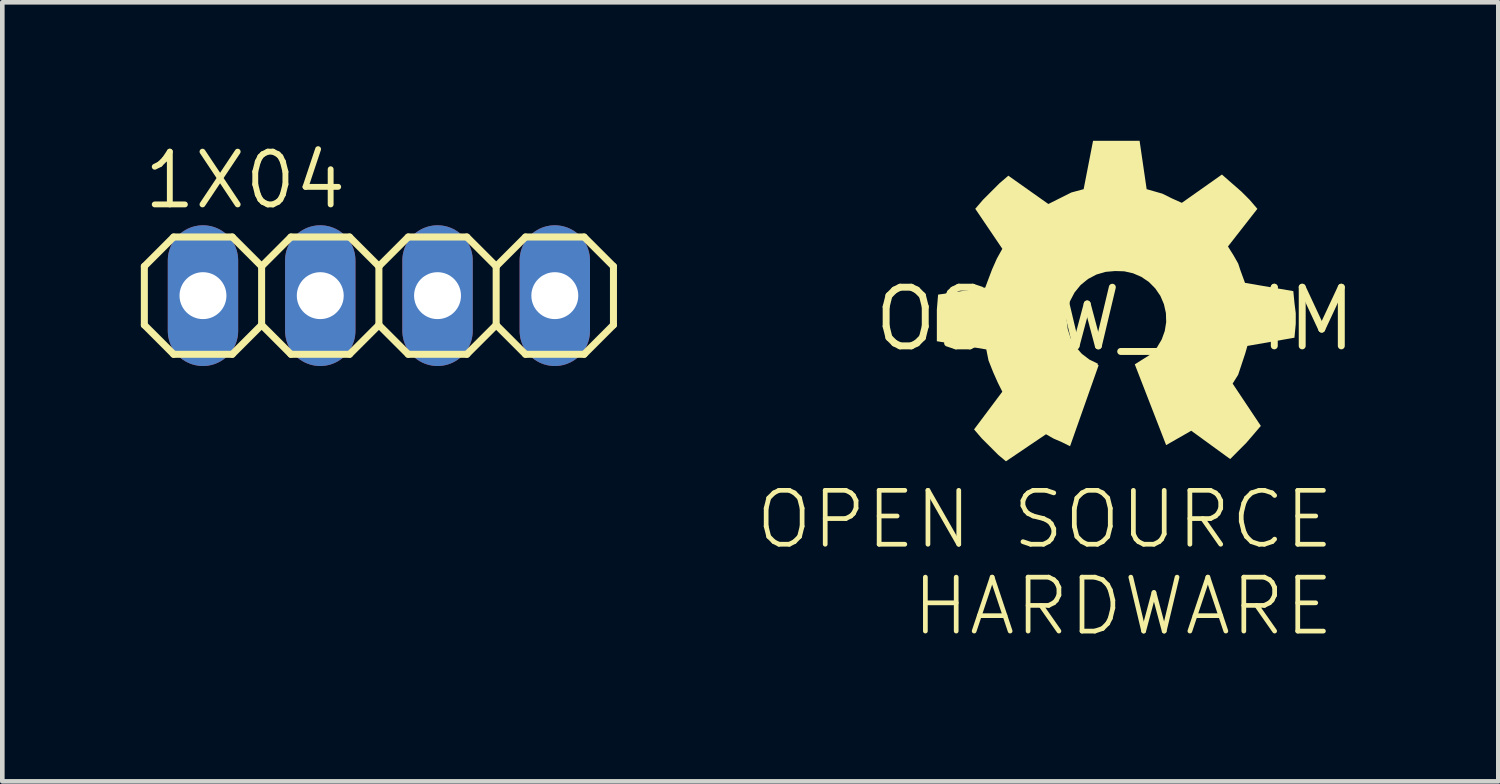
<source format=kicad_pcb>
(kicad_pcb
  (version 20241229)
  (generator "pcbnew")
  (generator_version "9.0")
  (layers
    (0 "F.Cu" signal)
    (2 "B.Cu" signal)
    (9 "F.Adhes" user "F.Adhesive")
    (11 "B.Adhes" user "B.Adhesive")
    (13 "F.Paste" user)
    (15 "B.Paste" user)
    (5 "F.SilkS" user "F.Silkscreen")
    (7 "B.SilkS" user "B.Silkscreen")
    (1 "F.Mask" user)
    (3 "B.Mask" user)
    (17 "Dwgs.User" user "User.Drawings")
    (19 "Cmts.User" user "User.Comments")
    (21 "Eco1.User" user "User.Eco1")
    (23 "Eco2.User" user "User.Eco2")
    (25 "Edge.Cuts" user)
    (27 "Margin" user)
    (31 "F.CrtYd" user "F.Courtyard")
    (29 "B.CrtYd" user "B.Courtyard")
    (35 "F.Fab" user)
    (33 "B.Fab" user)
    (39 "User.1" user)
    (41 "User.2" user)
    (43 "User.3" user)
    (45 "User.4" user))
  (footprint "OSHW_8MM"
    (layer "F.Cu")
    (at 21.101 3.861)
    (property "Reference" "OSHW_8MM" (at 0 0 0) (layer "F.SilkS") (effects (font (size 1.27 1.27) (thickness 0.15))))
    (fp_poly (pts (xy 0.683 -2.814) (xy 0.845 -2.768) (xy 1.025 -2.716) (xy 1.23 -2.614) (xy 1.445 -2.518) (xy 2.313 -3.131) (xy 2.531 -2.94) (xy 2.735 -2.762) (xy 2.914 -2.583) (xy 3.081 -2.388) (xy 2.444 -1.573) (xy 2.562 -1.385) (xy 2.665 -1.204) (xy 2.716 -1.05) (xy 2.813 -0.785) (xy 3.859 -0.606) (xy 3.886 -0.333) (xy 3.912 -0.129) (xy 3.912 0.103) (xy 3.884 0.403) (xy 2.865 0.581) (xy 2.818 0.744) (xy 2.742 0.973) (xy 2.665 1.205) (xy 2.545 1.397) (xy 3.156 2.313) (xy 2.991 2.506) (xy 2.838 2.684) (xy 2.685 2.837) (xy 2.492 3.031) (xy 1.649 2.418) (xy 1.308 2.613) (xy 1.105 2.729) (xy 0.426 0.98) (xy 0.779 0.757) (xy 0.908 0.611) (xy 1.008 0.443) (xy 1.075 0.258) (xy 1.106 0.065) (xy 1.1 -0.131) (xy 1.057 -0.323) (xy 0.98 -0.503) (xy 0.869 -0.665) (xy 0.731 -0.804) (xy 0.569 -0.914) (xy 0.389 -0.992) (xy 0.198 -1.035) (xy 0.001 -1.041) (xy -0.207 -1.023) (xy -0.405 -0.965) (xy -0.588 -0.868) (xy -0.748 -0.737) (xy -0.879 -0.576) (xy -0.975 -0.393) (xy -1.033 -0.194) (xy -1.05 0.012) (xy -1.026 0.218) (xy -0.962 0.415) (xy -0.859 0.594) (xy -0.723 0.75) (xy -0.558 0.876) (xy -0.37 0.968) (xy -0.381 0.991) (xy -0.357 0.999) (xy -0.976 2.753) (xy -1.154 2.665) (xy -1.332 2.588) (xy -1.497 2.494) (xy -2.364 3.08) (xy -2.532 2.94) (xy -2.71 2.761) (xy -2.889 2.583) (xy -3.055 2.389) (xy -2.443 1.572) (xy -2.538 1.382) (xy -2.64 1.153) (xy -2.742 0.896) (xy -2.79 0.657) (xy -3.861 0.479) (xy -3.861 -0.204) (xy -3.834 -0.53) (xy -2.813 -0.683) (xy -2.742 -0.873) (xy -2.665 -1.076) (xy -2.563 -1.307) (xy -2.443 -1.523) (xy -3.029 -2.389) (xy -2.863 -2.583) (xy -2.685 -2.761) (xy -2.506 -2.94) (xy -2.313 -3.106) (xy -1.446 -2.493) (xy -1.154 -2.639) (xy -0.949 -2.742) (xy -0.682 -2.814) (xy -0.478 -3.861) (xy 0.53 -3.861)) (stroke (width 0) (type solid)) (fill yes) (layer "F.SilkS"))
    (fp_text user "OPEN SOURCE\n  HARDWARE" (at 4.801 3.658 0) (layer "F.SilkS") (effects (font (size 1.168 1.168) (thickness 0.102)) (justify right top))))
  (footprint "1X04"
    (layer "F.Cu")
    (at 5.156 3.353)
    (property "Reference" "1X04" (at -5.156 -1.829 0) (layer "F.SilkS") (effects (font (size 1.143 1.143) (thickness 0.127)) (justify left bottom)))
    (fp_line (start -5.08 -0.635) (end -5.08 0.635) (stroke (width 0.152) (type solid)) (layer "F.SilkS"))
    (fp_line (start -5.08 0.635) (end -4.445 1.27) (stroke (width 0.152) (type solid)) (layer "F.SilkS"))
    (fp_line (start -4.445 -1.27) (end -5.08 -0.635) (stroke (width 0.152) (type solid)) (layer "F.SilkS"))
    (fp_line (start -4.445 -1.27) (end -3.175 -1.27) (stroke (width 0.152) (type solid)) (layer "F.SilkS"))
    (fp_line (start -3.175 -1.27) (end -2.54 -0.635) (stroke (width 0.152) (type solid)) (layer "F.SilkS"))
    (fp_line (start -3.175 1.27) (end -4.445 1.27) (stroke (width 0.152) (type solid)) (layer "F.SilkS"))
    (fp_line (start -2.54 -0.635) (end -2.54 0.635) (stroke (width 0.152) (type solid)) (layer "F.SilkS"))
    (fp_line (start -2.54 -0.635) (end -1.905 -1.27) (stroke (width 0.152) (type solid)) (layer "F.SilkS"))
    (fp_line (start -2.54 0.635) (end -3.175 1.27) (stroke (width 0.152) (type solid)) (layer "F.SilkS"))
    (fp_line (start -1.905 -1.27) (end -0.635 -1.27) (stroke (width 0.152) (type solid)) (layer "F.SilkS"))
    (fp_line (start -1.905 1.27) (end -2.54 0.635) (stroke (width 0.152) (type solid)) (layer "F.SilkS"))
    (fp_line (start -0.635 -1.27) (end 0 -0.635) (stroke (width 0.152) (type solid)) (layer "F.SilkS"))
    (fp_line (start -0.635 1.27) (end -1.905 1.27) (stroke (width 0.152) (type solid)) (layer "F.SilkS"))
    (fp_line (start 0 -0.635) (end 0 0.635) (stroke (width 0.152) (type solid)) (layer "F.SilkS"))
    (fp_line (start 0 -0.635) (end 0.635 -1.27) (stroke (width 0.152) (type solid)) (layer "F.SilkS"))
    (fp_line (start 0 0.635) (end -0.635 1.27) (stroke (width 0.152) (type solid)) (layer "F.SilkS"))
    (fp_line (start 0.635 -1.27) (end 1.905 -1.27) (stroke (width 0.152) (type solid)) (layer "F.SilkS"))
    (fp_line (start 0.635 1.27) (end 0 0.635) (stroke (width 0.152) (type solid)) (layer "F.SilkS"))
    (fp_line (start 1.905 -1.27) (end 2.54 -0.635) (stroke (width 0.152) (type solid)) (layer "F.SilkS"))
    (fp_line (start 1.905 1.27) (end 0.635 1.27) (stroke (width 0.152) (type solid)) (layer "F.SilkS"))
    (fp_line (start 2.54 -0.635) (end 2.54 0.635) (stroke (width 0.152) (type solid)) (layer "F.SilkS"))
    (fp_line (start 2.54 0.635) (end 1.905 1.27) (stroke (width 0.152) (type solid)) (layer "F.SilkS"))
    (fp_line (start 2.54 0.635) (end 3.175 1.27) (stroke (width 0.152) (type solid)) (layer "F.SilkS"))
    (fp_line (start 3.175 -1.27) (end 2.54 -0.635) (stroke (width 0.152) (type solid)) (layer "F.SilkS"))
    (fp_line (start 3.175 -1.27) (end 4.445 -1.27) (stroke (width 0.152) (type solid)) (layer "F.SilkS"))
    (fp_line (start 4.445 -1.27) (end 5.08 -0.635) (stroke (width 0.152) (type solid)) (layer "F.SilkS"))
    (fp_line (start 4.445 1.27) (end 3.175 1.27) (stroke (width 0.152) (type solid)) (layer "F.SilkS"))
    (fp_line (start 5.08 -0.635) (end 5.08 0.635) (stroke (width 0.152) (type solid)) (layer "F.SilkS"))
    (fp_line (start 5.08 0.635) (end 4.445 1.27) (stroke (width 0.152) (type solid)) (layer "F.SilkS"))
    (fp_poly (pts (xy -4.064 0.254) (xy -3.556 0.254) (xy -3.556 -0.254) (xy -4.064 -0.254)) (stroke (width 0.1) (type solid)) (fill no) (layer "F.Fab"))
    (fp_poly (pts (xy -1.524 0.254) (xy -1.016 0.254) (xy -1.016 -0.254) (xy -1.524 -0.254)) (stroke (width 0.1) (type solid)) (fill no) (layer "F.Fab"))
    (fp_poly (pts (xy 1.016 0.254) (xy 1.524 0.254) (xy 1.524 -0.254) (xy 1.016 -0.254)) (stroke (width 0.1) (type solid)) (fill no) (layer "F.Fab"))
    (fp_poly (pts (xy 3.556 0.254) (xy 4.064 0.254) (xy 4.064 -0.254) (xy 3.556 -0.254)) (stroke (width 0.1) (type solid)) (fill no) (layer "F.Fab"))
    (pad "1" thru_hole oval (at -3.81 0 90) (size 3.048 1.524) (drill 1.016) (layers "*.Cu" "*.Mask"))
    (pad "2" thru_hole oval (at -1.27 0 90) (size 3.048 1.524) (drill 1.016) (layers "*.Cu" "*.Mask"))
    (pad "3" thru_hole oval (at 1.27 0 90) (size 3.048 1.524) (drill 1.016) (layers "*.Cu" "*.Mask"))
    (pad "4" thru_hole oval (at 3.81 0 90) (size 3.048 1.524) (drill 1.016) (layers "*.Cu" "*.Mask")))
  (gr_rect
    (start -3 -3)
    (end 29.4 13.873)
    (stroke (width 0.1) (type default))
    (fill no)
    (layer "Edge.Cuts")))
</source>
